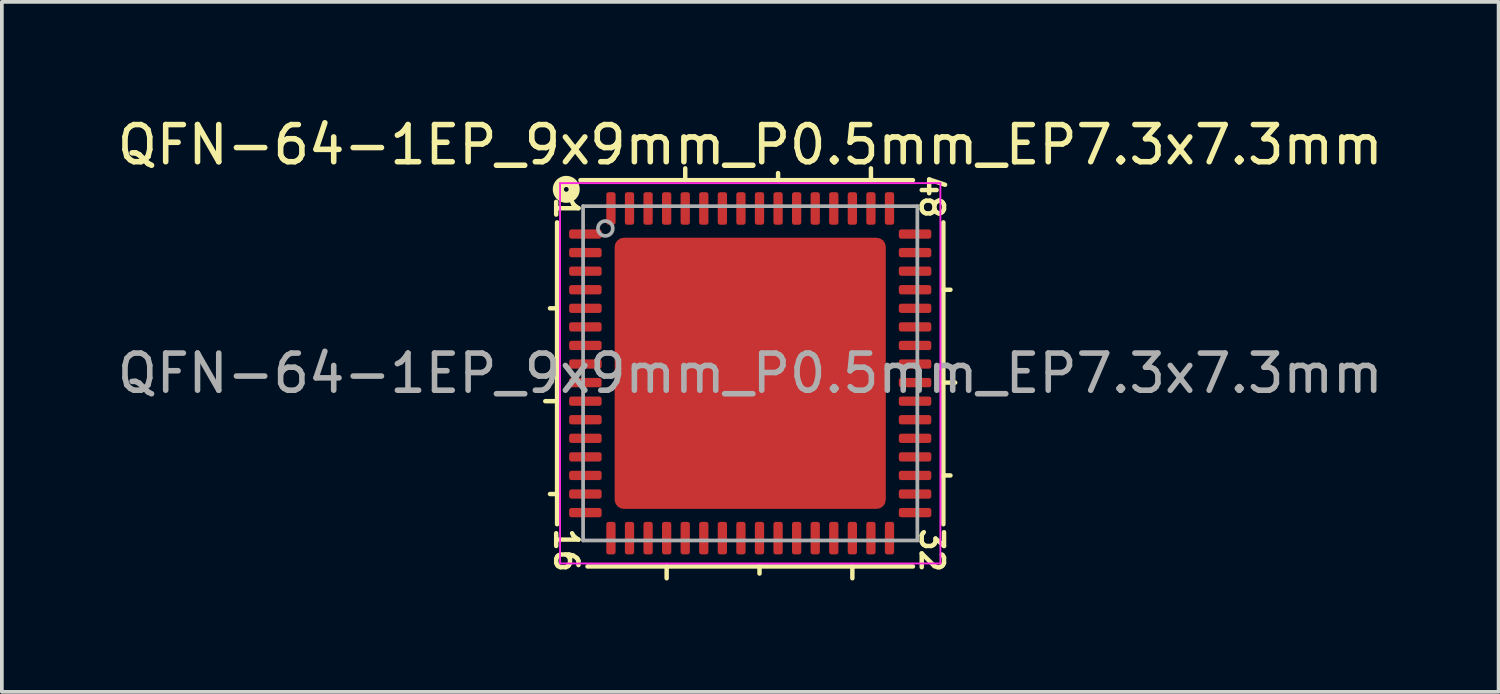
<source format=kicad_pcb>
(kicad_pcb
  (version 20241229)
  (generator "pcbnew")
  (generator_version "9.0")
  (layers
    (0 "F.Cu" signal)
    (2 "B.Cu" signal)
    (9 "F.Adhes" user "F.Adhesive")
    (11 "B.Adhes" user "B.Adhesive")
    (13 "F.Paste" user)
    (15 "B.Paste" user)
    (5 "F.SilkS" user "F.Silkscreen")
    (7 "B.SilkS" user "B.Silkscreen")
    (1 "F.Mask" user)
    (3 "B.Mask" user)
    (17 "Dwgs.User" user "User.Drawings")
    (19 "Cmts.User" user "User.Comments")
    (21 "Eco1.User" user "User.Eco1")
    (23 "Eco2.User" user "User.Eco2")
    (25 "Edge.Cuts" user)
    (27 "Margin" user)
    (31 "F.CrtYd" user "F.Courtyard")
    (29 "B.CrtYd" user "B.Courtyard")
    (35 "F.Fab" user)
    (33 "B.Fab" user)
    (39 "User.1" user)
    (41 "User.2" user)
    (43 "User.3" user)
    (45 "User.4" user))
  (footprint "QFN-64-1EP_9x9mm_P0.5mm_EP7.3x7.3mm"
    (layer "F.Cu")
    (at 17.149 7.001)
    (property "Reference" "QFN-64-1EP_9x9mm_P0.5mm_EP7.3x7.3mm" (at 0 -6.152 0) (layer "F.SilkS") (effects (font (size 1 1) (thickness 0.15))))
    (attr smd)
    (fp_line (start -5.2 -4.064) (end -5.2 4.064) (stroke (width 0.12) (type solid)) (layer "F.SilkS"))
    (fp_line (start -5.2 -1.75) (end -5.391 -1.75) (stroke (width 0.12) (type solid)) (layer "F.SilkS"))
    (fp_line (start -5.2 0.75) (end -5.518 0.75) (stroke (width 0.12) (type solid)) (layer "F.SilkS"))
    (fp_line (start -5.2 3.25) (end -5.391 3.25) (stroke (width 0.12) (type solid)) (layer "F.SilkS"))
    (fp_line (start -4.381 5.2) (end 4.381 5.2) (stroke (width 0.12) (type solid)) (layer "F.SilkS"))
    (fp_line (start -2.25 5.2) (end -2.25 5.518) (stroke (width 0.12) (type solid)) (layer "F.SilkS"))
    (fp_line (start -1.75 -5.2) (end -1.75 -5.518) (stroke (width 0.12) (type solid)) (layer "F.SilkS"))
    (fp_line (start 0.25 5.2) (end 0.25 5.391) (stroke (width 0.12) (type solid)) (layer "F.SilkS"))
    (fp_line (start 0.75 -5.2) (end 0.75 -5.391) (stroke (width 0.12) (type solid)) (layer "F.SilkS"))
    (fp_line (start 2.75 5.2) (end 2.75 5.518) (stroke (width 0.12) (type solid)) (layer "F.SilkS"))
    (fp_line (start 3.25 -5.2) (end 3.25 -5.518) (stroke (width 0.12) (type solid)) (layer "F.SilkS"))
    (fp_line (start 4.381 -5.2) (end -4.572 -5.2) (stroke (width 0.12) (type solid)) (layer "F.SilkS"))
    (fp_line (start 5.2 -2.25) (end 5.391 -2.25) (stroke (width 0.12) (type solid)) (layer "F.SilkS"))
    (fp_line (start 5.2 0.25) (end 5.518 0.25) (stroke (width 0.12) (type solid)) (layer "F.SilkS"))
    (fp_line (start 5.2 2.75) (end 5.391 2.75) (stroke (width 0.12) (type solid)) (layer "F.SilkS"))
    (fp_line (start 5.2 4.064) (end 5.2 -4.064) (stroke (width 0.12) (type solid)) (layer "F.SilkS"))
    (fp_circle (center -4.953 -4.953) (end -4.889 -4.953) (stroke (width 0.3) (type solid)) (fill no) (layer "F.SilkS"))
    (fp_line (start -5.12 -5.12) (end -5.12 5.12) (stroke (width 0.05) (type solid)) (layer "F.CrtYd"))
    (fp_line (start -5.12 5.12) (end 5.12 5.12) (stroke (width 0.05) (type solid)) (layer "F.CrtYd"))
    (fp_line (start 5.12 -5.12) (end -5.12 -5.12) (stroke (width 0.05) (type solid)) (layer "F.CrtYd"))
    (fp_line (start 5.12 5.12) (end 5.12 -5.12) (stroke (width 0.05) (type solid)) (layer "F.CrtYd"))
    (fp_line (start -4.5 -4.5) (end 4.5 -4.5) (stroke (width 0.1) (type solid)) (layer "F.Fab"))
    (fp_line (start -4.5 4.5) (end -4.5 -4.5) (stroke (width 0.1) (type solid)) (layer "F.Fab"))
    (fp_line (start 4.5 -4.5) (end 4.5 4.5) (stroke (width 0.1) (type solid)) (layer "F.Fab"))
    (fp_line (start 4.5 4.5) (end -4.5 4.5) (stroke (width 0.1) (type solid)) (layer "F.Fab"))
    (fp_circle (center -3.9 -3.9) (end -3.7 -3.9) (stroke (width 0.1) (type solid)) (fill no) (layer "F.Fab"))
    (fp_text user "16" (at -4.953 4.763 270) (unlocked yes) (layer "F.SilkS") (effects (font (size 0.6 0.6) (thickness 0.12))))
    (fp_text user "48" (at 4.889 -4.763 270) (unlocked yes) (layer "F.SilkS") (effects (font (size 0.6 0.6) (thickness 0.12))))
    (fp_text user "32" (at 4.889 4.763 270) (unlocked yes) (layer "F.SilkS") (effects (font (size 0.6 0.6) (thickness 0.12))))
    (fp_text user "1" (at -4.953 -4.445 270) (unlocked yes) (layer "F.SilkS") (effects (font (size 0.6 0.6) (thickness 0.12))))
    (fp_text user "${REFERENCE}" (at 0 0 0) (layer "F.Fab") (effects (font (size 1 1) (thickness 0.15))))
    (pad "" smd roundrect (at -2.92 -2.92) (size 1.18 1.18) (layers "F.Paste") (roundrect_rratio 0.212))
    (pad "" smd roundrect (at -2.92 -1.46) (size 1.18 1.18) (layers "F.Paste") (roundrect_rratio 0.212))
    (pad "" smd roundrect (at -2.92 0) (size 1.18 1.18) (layers "F.Paste") (roundrect_rratio 0.212))
    (pad "" smd roundrect (at -2.92 1.46) (size 1.18 1.18) (layers "F.Paste") (roundrect_rratio 0.212))
    (pad "" smd roundrect (at -2.92 2.92) (size 1.18 1.18) (layers "F.Paste") (roundrect_rratio 0.212))
    (pad "" smd roundrect (at -1.46 -2.92) (size 1.18 1.18) (layers "F.Paste") (roundrect_rratio 0.212))
    (pad "" smd roundrect (at -1.46 -1.46) (size 1.18 1.18) (layers "F.Paste") (roundrect_rratio 0.212))
    (pad "" smd roundrect (at -1.46 0) (size 1.18 1.18) (layers "F.Paste") (roundrect_rratio 0.212))
    (pad "" smd roundrect (at -1.46 1.46) (size 1.18 1.18) (layers "F.Paste") (roundrect_rratio 0.212))
    (pad "" smd roundrect (at -1.46 2.92) (size 1.18 1.18) (layers "F.Paste") (roundrect_rratio 0.212))
    (pad "" smd roundrect (at 0 -2.92) (size 1.18 1.18) (layers "F.Paste") (roundrect_rratio 0.212))
    (pad "" smd roundrect (at 0 -1.46) (size 1.18 1.18) (layers "F.Paste") (roundrect_rratio 0.212))
    (pad "" smd roundrect (at 0 0) (size 1.18 1.18) (layers "F.Paste") (roundrect_rratio 0.212))
    (pad "" smd roundrect (at 0 1.46) (size 1.18 1.18) (layers "F.Paste") (roundrect_rratio 0.212))
    (pad "" smd roundrect (at 0 2.92) (size 1.18 1.18) (layers "F.Paste") (roundrect_rratio 0.212))
    (pad "" smd roundrect (at 1.46 -2.92) (size 1.18 1.18) (layers "F.Paste") (roundrect_rratio 0.212))
    (pad "" smd roundrect (at 1.46 -1.46) (size 1.18 1.18) (layers "F.Paste") (roundrect_rratio 0.212))
    (pad "" smd roundrect (at 1.46 0) (size 1.18 1.18) (layers "F.Paste") (roundrect_rratio 0.212))
    (pad "" smd roundrect (at 1.46 1.46) (size 1.18 1.18) (layers "F.Paste") (roundrect_rratio 0.212))
    (pad "" smd roundrect (at 1.46 2.92) (size 1.18 1.18) (layers "F.Paste") (roundrect_rratio 0.212))
    (pad "" smd roundrect (at 2.92 -2.92) (size 1.18 1.18) (layers "F.Paste") (roundrect_rratio 0.212))
    (pad "" smd roundrect (at 2.92 -1.46) (size 1.18 1.18) (layers "F.Paste") (roundrect_rratio 0.212))
    (pad "" smd roundrect (at 2.92 0) (size 1.18 1.18) (layers "F.Paste") (roundrect_rratio 0.212))
    (pad "" smd roundrect (at 2.92 1.46) (size 1.18 1.18) (layers "F.Paste") (roundrect_rratio 0.212))
    (pad "" smd roundrect (at 2.92 2.92) (size 1.18 1.18) (layers "F.Paste") (roundrect_rratio 0.212))
    (pad "1" smd roundrect (at -4.438 -3.75) (size 0.875 0.25) (layers "F.Cu" "F.Mask" "F.Paste") (roundrect_rratio 0.25))
    (pad "2" smd roundrect (at -4.438 -3.25) (size 0.875 0.25) (layers "F.Cu" "F.Mask" "F.Paste") (roundrect_rratio 0.25))
    (pad "3" smd roundrect (at -4.438 -2.75) (size 0.875 0.25) (layers "F.Cu" "F.Mask" "F.Paste") (roundrect_rratio 0.25))
    (pad "4" smd roundrect (at -4.438 -2.25) (size 0.875 0.25) (layers "F.Cu" "F.Mask" "F.Paste") (roundrect_rratio 0.25))
    (pad "5" smd roundrect (at -4.438 -1.75) (size 0.875 0.25) (layers "F.Cu" "F.Mask" "F.Paste") (roundrect_rratio 0.25))
    (pad "6" smd roundrect (at -4.438 -1.25) (size 0.875 0.25) (layers "F.Cu" "F.Mask" "F.Paste") (roundrect_rratio 0.25))
    (pad "7" smd roundrect (at -4.438 -0.75) (size 0.875 0.25) (layers "F.Cu" "F.Mask" "F.Paste") (roundrect_rratio 0.25))
    (pad "8" smd roundrect (at -4.438 -0.25) (size 0.875 0.25) (layers "F.Cu" "F.Mask" "F.Paste") (roundrect_rratio 0.25))
    (pad "9" smd roundrect (at -4.438 0.25) (size 0.875 0.25) (layers "F.Cu" "F.Mask" "F.Paste") (roundrect_rratio 0.25))
    (pad "10" smd roundrect (at -4.438 0.75) (size 0.875 0.25) (layers "F.Cu" "F.Mask" "F.Paste") (roundrect_rratio 0.25))
    (pad "11" smd roundrect (at -4.438 1.25) (size 0.875 0.25) (layers "F.Cu" "F.Mask" "F.Paste") (roundrect_rratio 0.25))
    (pad "12" smd roundrect (at -4.438 1.75) (size 0.875 0.25) (layers "F.Cu" "F.Mask" "F.Paste") (roundrect_rratio 0.25))
    (pad "13" smd roundrect (at -4.438 2.25) (size 0.875 0.25) (layers "F.Cu" "F.Mask" "F.Paste") (roundrect_rratio 0.25))
    (pad "14" smd roundrect (at -4.438 2.75) (size 0.875 0.25) (layers "F.Cu" "F.Mask" "F.Paste") (roundrect_rratio 0.25))
    (pad "15" smd roundrect (at -4.438 3.25) (size 0.875 0.25) (layers "F.Cu" "F.Mask" "F.Paste") (roundrect_rratio 0.25))
    (pad "16" smd roundrect (at -4.438 3.75) (size 0.875 0.25) (layers "F.Cu" "F.Mask" "F.Paste") (roundrect_rratio 0.25))
    (pad "17" smd roundrect (at -3.75 4.438) (size 0.25 0.875) (layers "F.Cu" "F.Mask" "F.Paste") (roundrect_rratio 0.25))
    (pad "18" smd roundrect (at -3.25 4.438) (size 0.25 0.875) (layers "F.Cu" "F.Mask" "F.Paste") (roundrect_rratio 0.25))
    (pad "19" smd roundrect (at -2.75 4.438) (size 0.25 0.875) (layers "F.Cu" "F.Mask" "F.Paste") (roundrect_rratio 0.25))
    (pad "20" smd roundrect (at -2.25 4.438) (size 0.25 0.875) (layers "F.Cu" "F.Mask" "F.Paste") (roundrect_rratio 0.25))
    (pad "21" smd roundrect (at -1.75 4.438) (size 0.25 0.875) (layers "F.Cu" "F.Mask" "F.Paste") (roundrect_rratio 0.25))
    (pad "22" smd roundrect (at -1.25 4.438) (size 0.25 0.875) (layers "F.Cu" "F.Mask" "F.Paste") (roundrect_rratio 0.25))
    (pad "23" smd roundrect (at -0.75 4.438) (size 0.25 0.875) (layers "F.Cu" "F.Mask" "F.Paste") (roundrect_rratio 0.25))
    (pad "24" smd roundrect (at -0.25 4.438) (size 0.25 0.875) (layers "F.Cu" "F.Mask" "F.Paste") (roundrect_rratio 0.25))
    (pad "25" smd roundrect (at 0.25 4.438) (size 0.25 0.875) (layers "F.Cu" "F.Mask" "F.Paste") (roundrect_rratio 0.25))
    (pad "26" smd roundrect (at 0.75 4.438) (size 0.25 0.875) (layers "F.Cu" "F.Mask" "F.Paste") (roundrect_rratio 0.25))
    (pad "27" smd roundrect (at 1.25 4.438) (size 0.25 0.875) (layers "F.Cu" "F.Mask" "F.Paste") (roundrect_rratio 0.25))
    (pad "28" smd roundrect (at 1.75 4.438) (size 0.25 0.875) (layers "F.Cu" "F.Mask" "F.Paste") (roundrect_rratio 0.25))
    (pad "29" smd roundrect (at 2.25 4.438) (size 0.25 0.875) (layers "F.Cu" "F.Mask" "F.Paste") (roundrect_rratio 0.25))
    (pad "30" smd roundrect (at 2.75 4.438) (size 0.25 0.875) (layers "F.Cu" "F.Mask" "F.Paste") (roundrect_rratio 0.25))
    (pad "31" smd roundrect (at 3.25 4.438) (size 0.25 0.875) (layers "F.Cu" "F.Mask" "F.Paste") (roundrect_rratio 0.25))
    (pad "32" smd roundrect (at 3.75 4.438) (size 0.25 0.875) (layers "F.Cu" "F.Mask" "F.Paste") (roundrect_rratio 0.25))
    (pad "33" smd roundrect (at 4.438 3.75) (size 0.875 0.25) (layers "F.Cu" "F.Mask" "F.Paste") (roundrect_rratio 0.25))
    (pad "34" smd roundrect (at 4.438 3.25) (size 0.875 0.25) (layers "F.Cu" "F.Mask" "F.Paste") (roundrect_rratio 0.25))
    (pad "35" smd roundrect (at 4.438 2.75) (size 0.875 0.25) (layers "F.Cu" "F.Mask" "F.Paste") (roundrect_rratio 0.25))
    (pad "36" smd roundrect (at 4.438 2.25) (size 0.875 0.25) (layers "F.Cu" "F.Mask" "F.Paste") (roundrect_rratio 0.25))
    (pad "37" smd roundrect (at 4.438 1.75) (size 0.875 0.25) (layers "F.Cu" "F.Mask" "F.Paste") (roundrect_rratio 0.25))
    (pad "38" smd roundrect (at 4.438 1.25) (size 0.875 0.25) (layers "F.Cu" "F.Mask" "F.Paste") (roundrect_rratio 0.25))
    (pad "39" smd roundrect (at 4.438 0.75) (size 0.875 0.25) (layers "F.Cu" "F.Mask" "F.Paste") (roundrect_rratio 0.25))
    (pad "40" smd roundrect (at 4.438 0.25) (size 0.875 0.25) (layers "F.Cu" "F.Mask" "F.Paste") (roundrect_rratio 0.25))
    (pad "41" smd roundrect (at 4.438 -0.25) (size 0.875 0.25) (layers "F.Cu" "F.Mask" "F.Paste") (roundrect_rratio 0.25))
    (pad "42" smd roundrect (at 4.438 -0.75) (size 0.875 0.25) (layers "F.Cu" "F.Mask" "F.Paste") (roundrect_rratio 0.25))
    (pad "43" smd roundrect (at 4.438 -1.25) (size 0.875 0.25) (layers "F.Cu" "F.Mask" "F.Paste") (roundrect_rratio 0.25))
    (pad "44" smd roundrect (at 4.438 -1.75) (size 0.875 0.25) (layers "F.Cu" "F.Mask" "F.Paste") (roundrect_rratio 0.25))
    (pad "45" smd roundrect (at 4.438 -2.25) (size 0.875 0.25) (layers "F.Cu" "F.Mask" "F.Paste") (roundrect_rratio 0.25))
    (pad "46" smd roundrect (at 4.438 -2.75) (size 0.875 0.25) (layers "F.Cu" "F.Mask" "F.Paste") (roundrect_rratio 0.25))
    (pad "47" smd roundrect (at 4.438 -3.25) (size 0.875 0.25) (layers "F.Cu" "F.Mask" "F.Paste") (roundrect_rratio 0.25))
    (pad "48" smd roundrect (at 4.438 -3.75) (size 0.875 0.25) (layers "F.Cu" "F.Mask" "F.Paste") (roundrect_rratio 0.25))
    (pad "49" smd roundrect (at 3.75 -4.438) (size 0.25 0.875) (layers "F.Cu" "F.Mask" "F.Paste") (roundrect_rratio 0.25))
    (pad "50" smd roundrect (at 3.25 -4.438) (size 0.25 0.875) (layers "F.Cu" "F.Mask" "F.Paste") (roundrect_rratio 0.25))
    (pad "51" smd roundrect (at 2.75 -4.438) (size 0.25 0.875) (layers "F.Cu" "F.Mask" "F.Paste") (roundrect_rratio 0.25))
    (pad "52" smd roundrect (at 2.25 -4.438) (size 0.25 0.875) (layers "F.Cu" "F.Mask" "F.Paste") (roundrect_rratio 0.25))
    (pad "53" smd roundrect (at 1.75 -4.438) (size 0.25 0.875) (layers "F.Cu" "F.Mask" "F.Paste") (roundrect_rratio 0.25))
    (pad "54" smd roundrect (at 1.25 -4.438) (size 0.25 0.875) (layers "F.Cu" "F.Mask" "F.Paste") (roundrect_rratio 0.25))
    (pad "55" smd roundrect (at 0.75 -4.438) (size 0.25 0.875) (layers "F.Cu" "F.Mask" "F.Paste") (roundrect_rratio 0.25))
    (pad "56" smd roundrect (at 0.25 -4.438) (size 0.25 0.875) (layers "F.Cu" "F.Mask" "F.Paste") (roundrect_rratio 0.25))
    (pad "57" smd roundrect (at -0.25 -4.438) (size 0.25 0.875) (layers "F.Cu" "F.Mask" "F.Paste") (roundrect_rratio 0.25))
    (pad "58" smd roundrect (at -0.75 -4.438) (size 0.25 0.875) (layers "F.Cu" "F.Mask" "F.Paste") (roundrect_rratio 0.25))
    (pad "59" smd roundrect (at -1.25 -4.438) (size 0.25 0.875) (layers "F.Cu" "F.Mask" "F.Paste") (roundrect_rratio 0.25))
    (pad "60" smd roundrect (at -1.75 -4.438) (size 0.25 0.875) (layers "F.Cu" "F.Mask" "F.Paste") (roundrect_rratio 0.25))
    (pad "61" smd roundrect (at -2.25 -4.438) (size 0.25 0.875) (layers "F.Cu" "F.Mask" "F.Paste") (roundrect_rratio 0.25))
    (pad "62" smd roundrect (at -2.75 -4.438) (size 0.25 0.875) (layers "F.Cu" "F.Mask" "F.Paste") (roundrect_rratio 0.25))
    (pad "63" smd roundrect (at -3.25 -4.438) (size 0.25 0.875) (layers "F.Cu" "F.Mask" "F.Paste") (roundrect_rratio 0.25))
    (pad "64" smd roundrect (at -3.75 -4.438) (size 0.25 0.875) (layers "F.Cu" "F.Mask" "F.Paste") (roundrect_rratio 0.25))
    (pad "65" smd roundrect (at 0 0) (size 7.3 7.3) (layers "F.Cu" "F.Mask") (roundrect_rratio 0.034)))
  (gr_rect
    (start -3 -3)
    (end 37.298 15.578)
    (stroke (width 0.1) (type default))
    (fill no)
    (layer "Edge.Cuts")))
</source>
